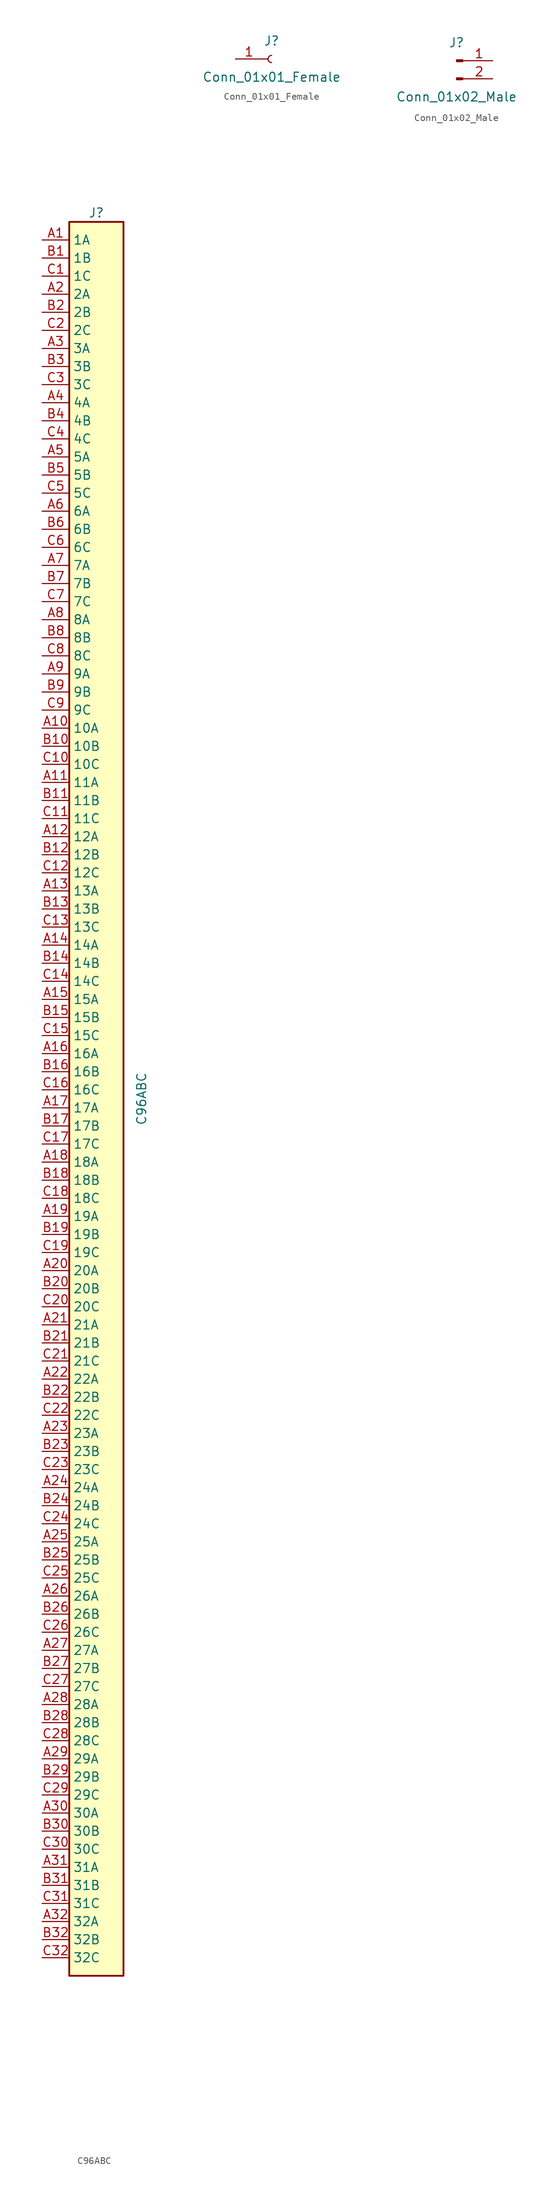
<source format=kicad_sym>
(kicad_symbol_lib
  (version 20201005)
  (generator kicad_symbol_editor)
  (symbol "C96ABC"
    (property "Reference" "J"
      (at 0 125.73 0)
      (effects (font (size 1.27 1.27))))
    (property "Value" "C96ABC"
      (at 6.35 1.27 90)
      (effects (font (size 1.27 1.27))))
    (symbol "C96ABC_0_1"
      (rectangle (start -3.81 -121.92) (end 3.81 124.46) (stroke (width 0.254)) (fill (type background))))
    (symbol "C96ABC_1_1"
      (pin passive line (at -7.62 121.92 0) (length 3.81) (name "1A" (effects (font (size 1.27 1.27)))) (number "A1" (effects (font (size 1.27 1.27)))))
      (pin passive line (at -7.62 53.34 0) (length 3.81) (name "10A" (effects (font (size 1.27 1.27)))) (number "A10" (effects (font (size 1.27 1.27)))))
      (pin passive line (at -7.62 45.72 0) (length 3.81) (name "11A" (effects (font (size 1.27 1.27)))) (number "A11" (effects (font (size 1.27 1.27)))))
      (pin passive line (at -7.62 38.1 0) (length 3.81) (name "12A" (effects (font (size 1.27 1.27)))) (number "A12" (effects (font (size 1.27 1.27)))))
      (pin passive line (at -7.62 30.48 0) (length 3.81) (name "13A" (effects (font (size 1.27 1.27)))) (number "A13" (effects (font (size 1.27 1.27)))))
      (pin passive line (at -7.62 22.86 0) (length 3.81) (name "14A" (effects (font (size 1.27 1.27)))) (number "A14" (effects (font (size 1.27 1.27)))))
      (pin passive line (at -7.62 15.24 0) (length 3.81) (name "15A" (effects (font (size 1.27 1.27)))) (number "A15" (effects (font (size 1.27 1.27)))))
      (pin passive line (at -7.62 7.62 0) (length 3.81) (name "16A" (effects (font (size 1.27 1.27)))) (number "A16" (effects (font (size 1.27 1.27)))))
      (pin passive line (at -7.62 0 0) (length 3.81) (name "17A" (effects (font (size 1.27 1.27)))) (number "A17" (effects (font (size 1.27 1.27)))))
      (pin passive line (at -7.62 -7.62 0) (length 3.81) (name "18A" (effects (font (size 1.27 1.27)))) (number "A18" (effects (font (size 1.27 1.27)))))
      (pin passive line (at -7.62 -15.24 0) (length 3.81) (name "19A" (effects (font (size 1.27 1.27)))) (number "A19" (effects (font (size 1.27 1.27)))))
      (pin passive line (at -7.62 114.3 0) (length 3.81) (name "2A" (effects (font (size 1.27 1.27)))) (number "A2" (effects (font (size 1.27 1.27)))))
      (pin passive line (at -7.62 -22.86 0) (length 3.81) (name "20A" (effects (font (size 1.27 1.27)))) (number "A20" (effects (font (size 1.27 1.27)))))
      (pin tri_state line (at -7.62 -30.48 0) (length 3.81) (name "21A" (effects (font (size 1.27 1.27)))) (number "A21" (effects (font (size 1.27 1.27)))))
      (pin passive line (at -7.62 -38.1 0) (length 3.81) (name "22A" (effects (font (size 1.27 1.27)))) (number "A22" (effects (font (size 1.27 1.27)))))
      (pin passive line (at -7.62 -45.72 0) (length 3.81) (name "23A" (effects (font (size 1.27 1.27)))) (number "A23" (effects (font (size 1.27 1.27)))))
      (pin passive line (at -7.62 -53.34 0) (length 3.81) (name "24A" (effects (font (size 1.27 1.27)))) (number "A24" (effects (font (size 1.27 1.27)))))
      (pin passive line (at -7.62 -60.96 0) (length 3.81) (name "25A" (effects (font (size 1.27 1.27)))) (number "A25" (effects (font (size 1.27 1.27)))))
      (pin passive line (at -7.62 -68.58 0) (length 3.81) (name "26A" (effects (font (size 1.27 1.27)))) (number "A26" (effects (font (size 1.27 1.27)))))
      (pin passive line (at -7.62 -76.2 0) (length 3.81) (name "27A" (effects (font (size 1.27 1.27)))) (number "A27" (effects (font (size 1.27 1.27)))))
      (pin passive line (at -7.62 -83.82 0) (length 3.81) (name "28A" (effects (font (size 1.27 1.27)))) (number "A28" (effects (font (size 1.27 1.27)))))
      (pin passive line (at -7.62 -91.44 0) (length 3.81) (name "29A" (effects (font (size 1.27 1.27)))) (number "A29" (effects (font (size 1.27 1.27)))))
      (pin passive line (at -7.62 106.68 0) (length 3.81) (name "3A" (effects (font (size 1.27 1.27)))) (number "A3" (effects (font (size 1.27 1.27)))))
      (pin passive line (at -7.62 -99.06 0) (length 3.81) (name "30A" (effects (font (size 1.27 1.27)))) (number "A30" (effects (font (size 1.27 1.27)))))
      (pin passive line (at -7.62 -106.68 0) (length 3.81) (name "31A" (effects (font (size 1.27 1.27)))) (number "A31" (effects (font (size 1.27 1.27)))))
      (pin passive line (at -7.62 -114.3 0) (length 3.81) (name "32A" (effects (font (size 1.27 1.27)))) (number "A32" (effects (font (size 1.27 1.27)))))
      (pin passive line (at -7.62 99.06 0) (length 3.81) (name "4A" (effects (font (size 1.27 1.27)))) (number "A4" (effects (font (size 1.27 1.27)))))
      (pin passive line (at -7.62 91.44 0) (length 3.81) (name "5A" (effects (font (size 1.27 1.27)))) (number "A5" (effects (font (size 1.27 1.27)))))
      (pin passive line (at -7.62 83.82 0) (length 3.81) (name "6A" (effects (font (size 1.27 1.27)))) (number "A6" (effects (font (size 1.27 1.27)))))
      (pin passive line (at -7.62 76.2 0) (length 3.81) (name "7A" (effects (font (size 1.27 1.27)))) (number "A7" (effects (font (size 1.27 1.27)))))
      (pin passive line (at -7.62 68.58 0) (length 3.81) (name "8A" (effects (font (size 1.27 1.27)))) (number "A8" (effects (font (size 1.27 1.27)))))
      (pin passive line (at -7.62 60.96 0) (length 3.81) (name "9A" (effects (font (size 1.27 1.27)))) (number "A9" (effects (font (size 1.27 1.27)))))
      (pin passive line (at -7.62 119.38 0) (length 3.81) (name "1B" (effects (font (size 1.27 1.27)))) (number "B1" (effects (font (size 1.27 1.27)))))
      (pin passive line (at -7.62 50.8 0) (length 3.81) (name "10B" (effects (font (size 1.27 1.27)))) (number "B10" (effects (font (size 1.27 1.27)))))
      (pin passive line (at -7.62 43.18 0) (length 3.81) (name "11B" (effects (font (size 1.27 1.27)))) (number "B11" (effects (font (size 1.27 1.27)))))
      (pin passive line (at -7.62 35.56 0) (length 3.81) (name "12B" (effects (font (size 1.27 1.27)))) (number "B12" (effects (font (size 1.27 1.27)))))
      (pin passive line (at -7.62 27.94 0) (length 3.81) (name "13B" (effects (font (size 1.27 1.27)))) (number "B13" (effects (font (size 1.27 1.27)))))
      (pin passive line (at -7.62 20.32 0) (length 3.81) (name "14B" (effects (font (size 1.27 1.27)))) (number "B14" (effects (font (size 1.27 1.27)))))
      (pin passive line (at -7.62 12.7 0) (length 3.81) (name "15B" (effects (font (size 1.27 1.27)))) (number "B15" (effects (font (size 1.27 1.27)))))
      (pin passive line (at -7.62 5.08 0) (length 3.81) (name "16B" (effects (font (size 1.27 1.27)))) (number "B16" (effects (font (size 1.27 1.27)))))
      (pin passive line (at -7.62 -2.54 0) (length 3.81) (name "17B" (effects (font (size 1.27 1.27)))) (number "B17" (effects (font (size 1.27 1.27)))))
      (pin passive line (at -7.62 -10.16 0) (length 3.81) (name "18B" (effects (font (size 1.27 1.27)))) (number "B18" (effects (font (size 1.27 1.27)))))
      (pin passive line (at -7.62 -17.78 0) (length 3.81) (name "19B" (effects (font (size 1.27 1.27)))) (number "B19" (effects (font (size 1.27 1.27)))))
      (pin passive line (at -7.62 111.76 0) (length 3.81) (name "2B" (effects (font (size 1.27 1.27)))) (number "B2" (effects (font (size 1.27 1.27)))))
      (pin passive line (at -7.62 -25.4 0) (length 3.81) (name "20B" (effects (font (size 1.27 1.27)))) (number "B20" (effects (font (size 1.27 1.27)))))
      (pin passive line (at -7.62 -33.02 0) (length 3.81) (name "21B" (effects (font (size 1.27 1.27)))) (number "B21" (effects (font (size 1.27 1.27)))))
      (pin passive line (at -7.62 -40.64 0) (length 3.81) (name "22B" (effects (font (size 1.27 1.27)))) (number "B22" (effects (font (size 1.27 1.27)))))
      (pin passive line (at -7.62 -48.26 0) (length 3.81) (name "23B" (effects (font (size 1.27 1.27)))) (number "B23" (effects (font (size 1.27 1.27)))))
      (pin passive line (at -7.62 -55.88 0) (length 3.81) (name "24B" (effects (font (size 1.27 1.27)))) (number "B24" (effects (font (size 1.27 1.27)))))
      (pin passive line (at -7.62 -63.5 0) (length 3.81) (name "25B" (effects (font (size 1.27 1.27)))) (number "B25" (effects (font (size 1.27 1.27)))))
      (pin passive line (at -7.62 -71.12 0) (length 3.81) (name "26B" (effects (font (size 1.27 1.27)))) (number "B26" (effects (font (size 1.27 1.27)))))
      (pin passive line (at -7.62 -78.74 0) (length 3.81) (name "27B" (effects (font (size 1.27 1.27)))) (number "B27" (effects (font (size 1.27 1.27)))))
      (pin passive line (at -7.62 -86.36 0) (length 3.81) (name "28B" (effects (font (size 1.27 1.27)))) (number "B28" (effects (font (size 1.27 1.27)))))
      (pin passive line (at -7.62 -93.98 0) (length 3.81) (name "29B" (effects (font (size 1.27 1.27)))) (number "B29" (effects (font (size 1.27 1.27)))))
      (pin passive line (at -7.62 104.14 0) (length 3.81) (name "3B" (effects (font (size 1.27 1.27)))) (number "B3" (effects (font (size 1.27 1.27)))))
      (pin passive line (at -7.62 -101.6 0) (length 3.81) (name "30B" (effects (font (size 1.27 1.27)))) (number "B30" (effects (font (size 1.27 1.27)))))
      (pin passive line (at -7.62 -109.22 0) (length 3.81) (name "31B" (effects (font (size 1.27 1.27)))) (number "B31" (effects (font (size 1.27 1.27)))))
      (pin passive line (at -7.62 -116.84 0) (length 3.81) (name "32B" (effects (font (size 1.27 1.27)))) (number "B32" (effects (font (size 1.27 1.27)))))
      (pin passive line (at -7.62 96.52 0) (length 3.81) (name "4B" (effects (font (size 1.27 1.27)))) (number "B4" (effects (font (size 1.27 1.27)))))
      (pin passive line (at -7.62 88.9 0) (length 3.81) (name "5B" (effects (font (size 1.27 1.27)))) (number "B5" (effects (font (size 1.27 1.27)))))
      (pin passive line (at -7.62 81.28 0) (length 3.81) (name "6B" (effects (font (size 1.27 1.27)))) (number "B6" (effects (font (size 1.27 1.27)))))
      (pin passive line (at -7.62 73.66 0) (length 3.81) (name "7B" (effects (font (size 1.27 1.27)))) (number "B7" (effects (font (size 1.27 1.27)))))
      (pin passive line (at -7.62 66.04 0) (length 3.81) (name "8B" (effects (font (size 1.27 1.27)))) (number "B8" (effects (font (size 1.27 1.27)))))
      (pin passive line (at -7.62 58.42 0) (length 3.81) (name "9B" (effects (font (size 1.27 1.27)))) (number "B9" (effects (font (size 1.27 1.27)))))
      (pin passive line (at -7.62 116.84 0) (length 3.81) (name "1C" (effects (font (size 1.27 1.27)))) (number "C1" (effects (font (size 1.27 1.27)))))
      (pin passive line (at -7.62 48.26 0) (length 3.81) (name "10C" (effects (font (size 1.27 1.27)))) (number "C10" (effects (font (size 1.27 1.27)))))
      (pin passive line (at -7.62 40.64 0) (length 3.81) (name "11C" (effects (font (size 1.27 1.27)))) (number "C11" (effects (font (size 1.27 1.27)))))
      (pin passive line (at -7.62 33.02 0) (length 3.81) (name "12C" (effects (font (size 1.27 1.27)))) (number "C12" (effects (font (size 1.27 1.27)))))
      (pin passive line (at -7.62 25.4 0) (length 3.81) (name "13C" (effects (font (size 1.27 1.27)))) (number "C13" (effects (font (size 1.27 1.27)))))
      (pin passive line (at -7.62 17.78 0) (length 3.81) (name "14C" (effects (font (size 1.27 1.27)))) (number "C14" (effects (font (size 1.27 1.27)))))
      (pin passive line (at -7.62 10.16 0) (length 3.81) (name "15C" (effects (font (size 1.27 1.27)))) (number "C15" (effects (font (size 1.27 1.27)))))
      (pin passive line (at -7.62 2.54 0) (length 3.81) (name "16C" (effects (font (size 1.27 1.27)))) (number "C16" (effects (font (size 1.27 1.27)))))
      (pin passive line (at -7.62 -5.08 0) (length 3.81) (name "17C" (effects (font (size 1.27 1.27)))) (number "C17" (effects (font (size 1.27 1.27)))))
      (pin passive line (at -7.62 -12.7 0) (length 3.81) (name "18C" (effects (font (size 1.27 1.27)))) (number "C18" (effects (font (size 1.27 1.27)))))
      (pin passive line (at -7.62 -20.32 0) (length 3.81) (name "19C" (effects (font (size 1.27 1.27)))) (number "C19" (effects (font (size 1.27 1.27)))))
      (pin passive line (at -7.62 109.22 0) (length 3.81) (name "2C" (effects (font (size 1.27 1.27)))) (number "C2" (effects (font (size 1.27 1.27)))))
      (pin passive line (at -7.62 -27.94 0) (length 3.81) (name "20C" (effects (font (size 1.27 1.27)))) (number "C20" (effects (font (size 1.27 1.27)))))
      (pin passive line (at -7.62 -35.56 0) (length 3.81) (name "21C" (effects (font (size 1.27 1.27)))) (number "C21" (effects (font (size 1.27 1.27)))))
      (pin passive line (at -7.62 -43.18 0) (length 3.81) (name "22C" (effects (font (size 1.27 1.27)))) (number "C22" (effects (font (size 1.27 1.27)))))
      (pin passive line (at -7.62 -50.8 0) (length 3.81) (name "23C" (effects (font (size 1.27 1.27)))) (number "C23" (effects (font (size 1.27 1.27)))))
      (pin passive line (at -7.62 -58.42 0) (length 3.81) (name "24C" (effects (font (size 1.27 1.27)))) (number "C24" (effects (font (size 1.27 1.27)))))
      (pin passive line (at -7.62 -66.04 0) (length 3.81) (name "25C" (effects (font (size 1.27 1.27)))) (number "C25" (effects (font (size 1.27 1.27)))))
      (pin passive line (at -7.62 -73.66 0) (length 3.81) (name "26C" (effects (font (size 1.27 1.27)))) (number "C26" (effects (font (size 1.27 1.27)))))
      (pin passive line (at -7.62 -81.28 0) (length 3.81) (name "27C" (effects (font (size 1.27 1.27)))) (number "C27" (effects (font (size 1.27 1.27)))))
      (pin passive line (at -7.62 -88.9 0) (length 3.81) (name "28C" (effects (font (size 1.27 1.27)))) (number "C28" (effects (font (size 1.27 1.27)))))
      (pin passive line (at -7.62 -96.52 0) (length 3.81) (name "29C" (effects (font (size 1.27 1.27)))) (number "C29" (effects (font (size 1.27 1.27)))))
      (pin passive line (at -7.62 101.6 0) (length 3.81) (name "3C" (effects (font (size 1.27 1.27)))) (number "C3" (effects (font (size 1.27 1.27)))))
      (pin passive line (at -7.62 -104.14 0) (length 3.81) (name "30C" (effects (font (size 1.27 1.27)))) (number "C30" (effects (font (size 1.27 1.27)))))
      (pin passive line (at -7.62 -111.76 0) (length 3.81) (name "31C" (effects (font (size 1.27 1.27)))) (number "C31" (effects (font (size 1.27 1.27)))))
      (pin passive line (at -7.62 -119.38 0) (length 3.81) (name "32C" (effects (font (size 1.27 1.27)))) (number "C32" (effects (font (size 1.27 1.27)))))
      (pin passive line (at -7.62 93.98 0) (length 3.81) (name "4C" (effects (font (size 1.27 1.27)))) (number "C4" (effects (font (size 1.27 1.27)))))
      (pin passive line (at -7.62 86.36 0) (length 3.81) (name "5C" (effects (font (size 1.27 1.27)))) (number "C5" (effects (font (size 1.27 1.27)))))
      (pin passive line (at -7.62 78.74 0) (length 3.81) (name "6C" (effects (font (size 1.27 1.27)))) (number "C6" (effects (font (size 1.27 1.27)))))
      (pin passive line (at -7.62 71.12 0) (length 3.81) (name "7C" (effects (font (size 1.27 1.27)))) (number "C7" (effects (font (size 1.27 1.27)))))
      (pin passive line (at -7.62 63.5 0) (length 3.81) (name "8C" (effects (font (size 1.27 1.27)))) (number "C8" (effects (font (size 1.27 1.27)))))
      (pin passive line (at -7.62 55.88 0) (length 3.81) (name "9C" (effects (font (size 1.27 1.27)))) (number "C9" (effects (font (size 1.27 1.27)))))))
  (symbol "Conn_01x01_Female"
    (pin_names
      (offset 1.016) hide)
    (property "Reference" "J"
      (at 0 2.54 0)
      (effects (font (size 1.27 1.27))))
    (property "Value" "Conn_01x01_Female"
      (at 0 -2.54 0)
      (effects (font (size 1.27 1.27))))
    (symbol "Conn_01x01_Female_1_1"
      (arc (start 0 0.508) (end 0 -0.508) (radius (at 0 0) (length 0.508) (angles 90.1 -90.1)) (stroke (width 0.1524)) (fill (type none)))
      (polyline (pts (xy -1.27 0) (xy -0.508 0)) (stroke (width 0.152)) (fill (type none)))
      (pin passive line (at -5.08 0 0) (length 3.81) (name "Pin_1" (effects (font (size 1.27 1.27)))) (number "1" (effects (font (size 1.27 1.27)))))))
  (symbol "Conn_01x02_Male"
    (pin_names
      (offset 1.016) hide)
    (property "Reference" "J"
      (at 0 2.54 0)
      (effects (font (size 1.27 1.27))))
    (property "Value" "Conn_01x02_Male"
      (at 0 -5.08 0)
      (effects (font (size 1.27 1.27))))
    (symbol "Conn_01x02_Male_1_1"
      (rectangle (start 0.864 -2.413) (end 0 -2.667) (stroke (width 0.152)) (fill (type outline)))
      (rectangle (start 0.864 0.127) (end 0 -0.127) (stroke (width 0.152)) (fill (type outline)))
      (polyline (pts (xy 1.27 -2.54) (xy 0.864 -2.54)) (stroke (width 0.152)) (fill (type none)))
      (polyline (pts (xy 1.27 0) (xy 0.864 0)) (stroke (width 0.152)) (fill (type none)))
      (pin passive line (at 5.08 0 180) (length 3.81) (name "Pin_1" (effects (font (size 1.27 1.27)))) (number "1" (effects (font (size 1.27 1.27)))))
      (pin passive line (at 5.08 -2.54 180) (length 3.81) (name "Pin_2" (effects (font (size 1.27 1.27)))) (number "2" (effects (font (size 1.27 1.27))))))))
</source>
